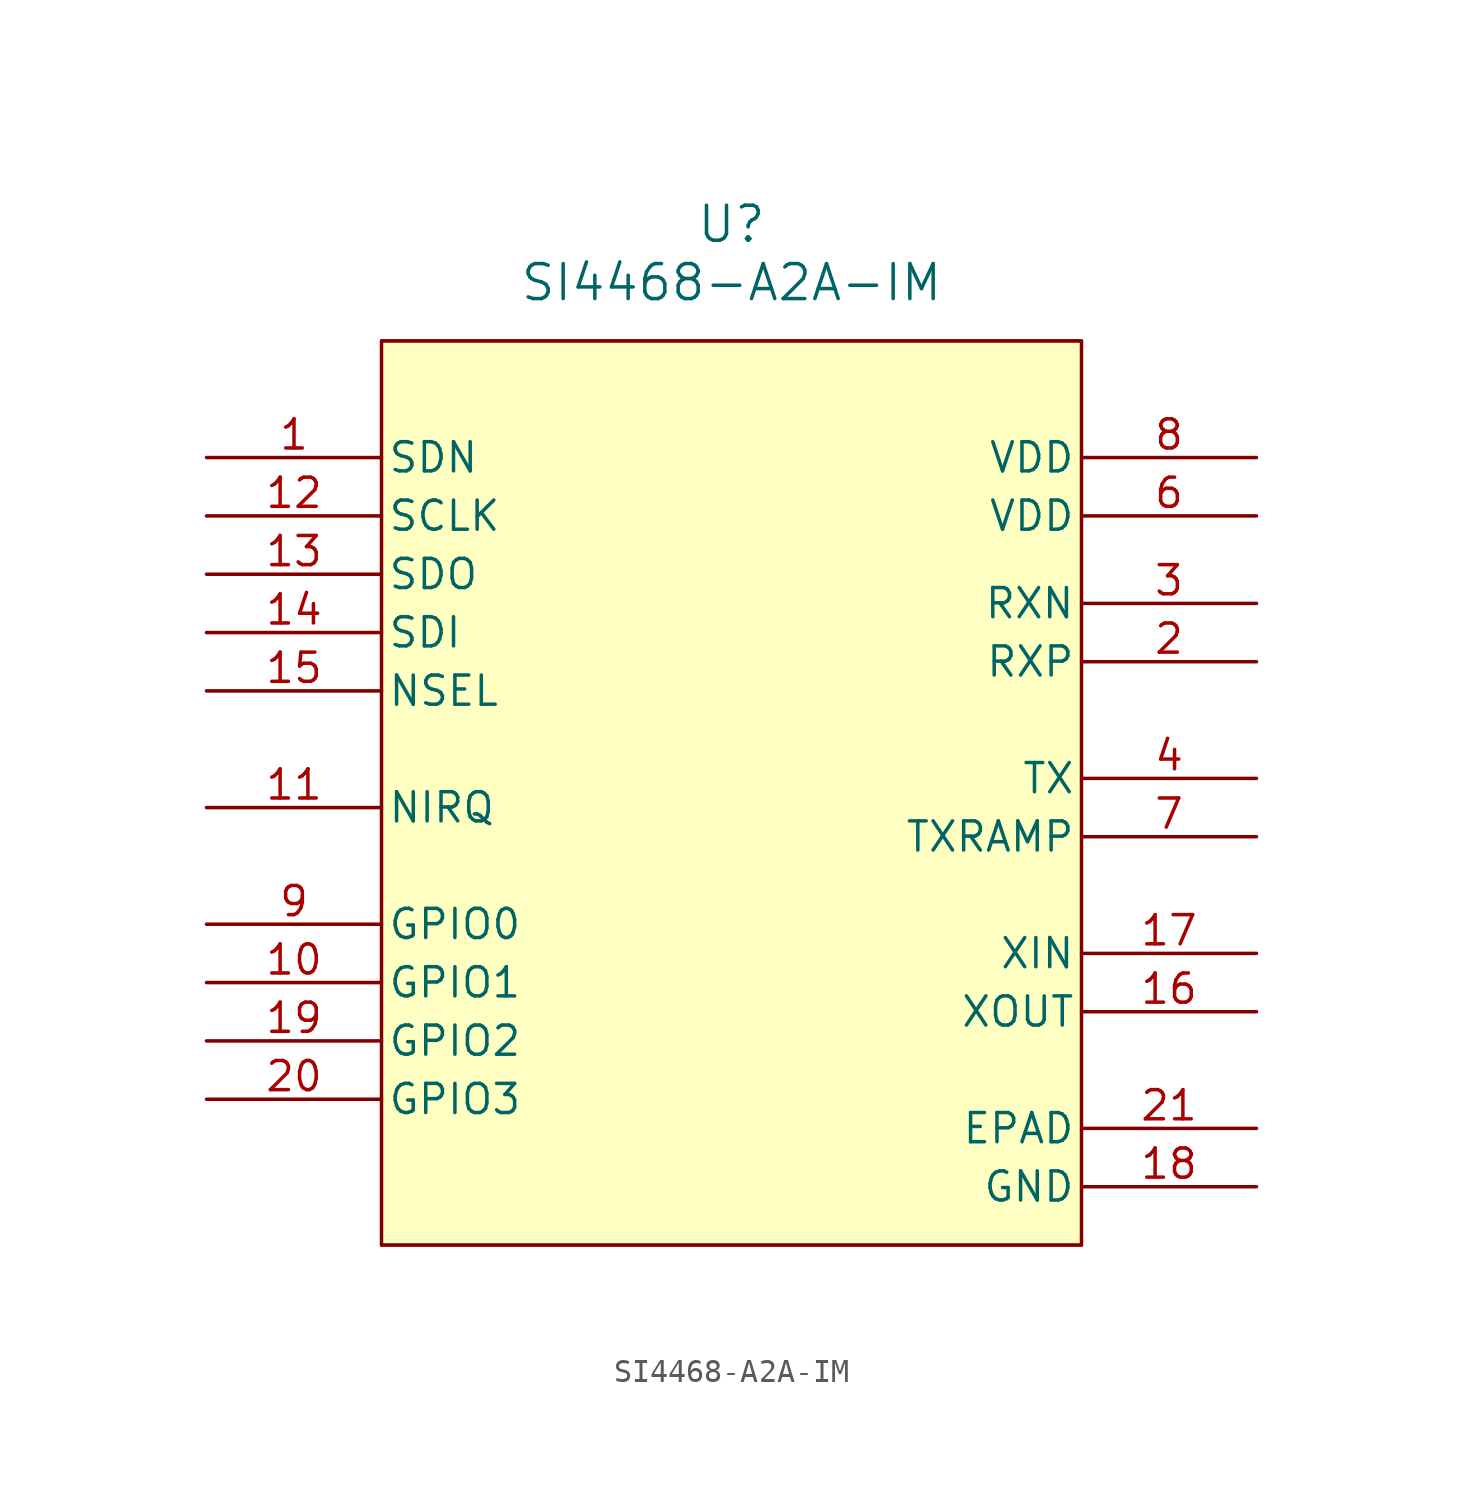
<source format=kicad_sym>
(kicad_symbol_lib
  (version 20241209)
  (generator "kicad_symbol_editor")
  (generator_version "9.0")
  (symbol "SI4468-A2A-IM"
    (pin_names
      (offset 0.254))
    (property "Reference" "U"
      (at 22.86 10.16 0)
      (effects (font (size 1.524 1.524))))
    (property "Value" "SI4468-A2A-IM"
      (at 22.86 7.62 0)
      (effects (font (size 1.524 1.524))))
    (symbol "SI4468-A2A-IM_0_1"
      (polyline (pts (xy 7.62 5.08) (xy 7.62 -34.29)) (stroke (width 0.127) (type default)) (fill (type none)))
      (rectangle (start 7.62 5.08) (end 38.1 -34.29) (stroke (width 0) (type default)) (fill (type background)))
      (polyline (pts (xy 7.62 -34.29) (xy 38.1 -34.29)) (stroke (width 0.127) (type default)) (fill (type none)))
      (polyline (pts (xy 38.1 5.08) (xy 7.62 5.08)) (stroke (width 0.127) (type default)) (fill (type none)))
      (polyline (pts (xy 38.1 -34.29) (xy 38.1 5.08)) (stroke (width 0.127) (type default)) (fill (type none)))
      (pin input line (at 0 0 0) (length 7.62) (name "SDN" (effects (font (size 1.27 1.27)))) (number "1" (effects (font (size 1.27 1.27)))))
      (pin input line (at 0 -2.54 0) (length 7.62) (name "SCLK" (effects (font (size 1.27 1.27)))) (number "12" (effects (font (size 1.27 1.27)))))
      (pin output line (at 0 -5.08 0) (length 7.62) (name "SDO" (effects (font (size 1.27 1.27)))) (number "13" (effects (font (size 1.27 1.27)))))
      (pin input line (at 0 -7.62 0) (length 7.62) (name "SDI" (effects (font (size 1.27 1.27)))) (number "14" (effects (font (size 1.27 1.27)))))
      (pin input line (at 0 -10.16 0) (length 7.62) (name "NSEL" (effects (font (size 1.27 1.27)))) (number "15" (effects (font (size 1.27 1.27)))))
      (pin output line (at 0 -15.24 0) (length 7.62) (name "NIRQ" (effects (font (size 1.27 1.27)))) (number "11" (effects (font (size 1.27 1.27)))))
      (pin bidirectional line (at 0 -20.32 0) (length 7.62) (name "GPIO0" (effects (font (size 1.27 1.27)))) (number "9" (effects (font (size 1.27 1.27)))))
      (pin bidirectional line (at 0 -22.86 0) (length 7.62) (name "GPIO1" (effects (font (size 1.27 1.27)))) (number "10" (effects (font (size 1.27 1.27)))))
      (pin bidirectional line (at 0 -25.4 0) (length 7.62) (name "GPIO2" (effects (font (size 1.27 1.27)))) (number "19" (effects (font (size 1.27 1.27)))))
      (pin bidirectional line (at 0 -27.94 0) (length 7.62) (name "GPIO3" (effects (font (size 1.27 1.27)))) (number "20" (effects (font (size 1.27 1.27)))))
      (pin power_in line (at 45.72 0 180) (length 7.62) (name "VDD" (effects (font (size 1.27 1.27)))) (number "8" (effects (font (size 1.27 1.27)))))
      (pin power_in line (at 45.72 -2.54 180) (length 7.62) (name "VDD" (effects (font (size 1.27 1.27)))) (number "6" (effects (font (size 1.27 1.27)))))
      (pin input line (at 45.72 -6.35 180) (length 7.62) (name "RXN" (effects (font (size 1.27 1.27)))) (number "3" (effects (font (size 1.27 1.27)))))
      (pin input line (at 45.72 -8.89 180) (length 7.62) (name "RXP" (effects (font (size 1.27 1.27)))) (number "2" (effects (font (size 1.27 1.27)))))
      (pin output line (at 45.72 -13.97 180) (length 7.62) (name "TX" (effects (font (size 1.27 1.27)))) (number "4" (effects (font (size 1.27 1.27)))))
      (pin output line (at 45.72 -16.51 180) (length 7.62) (name "TXRAMP" (effects (font (size 1.27 1.27)))) (number "7" (effects (font (size 1.27 1.27)))))
      (pin input line (at 45.72 -21.59 180) (length 7.62) (name "XIN" (effects (font (size 1.27 1.27)))) (number "17" (effects (font (size 1.27 1.27)))))
      (pin output line (at 45.72 -24.13 180) (length 7.62) (name "XOUT" (effects (font (size 1.27 1.27)))) (number "16" (effects (font (size 1.27 1.27)))))
      (pin unspecified line (at 45.72 -29.21 180) (length 7.62) (name "EPAD" (effects (font (size 1.27 1.27)))) (number "21" (effects (font (size 1.27 1.27)))))
      (pin power_in line (at 45.72 -31.75 180) (length 7.62) (name "GND" (effects (font (size 1.27 1.27)))) (number "18" (effects (font (size 1.27 1.27))))))))
</source>
